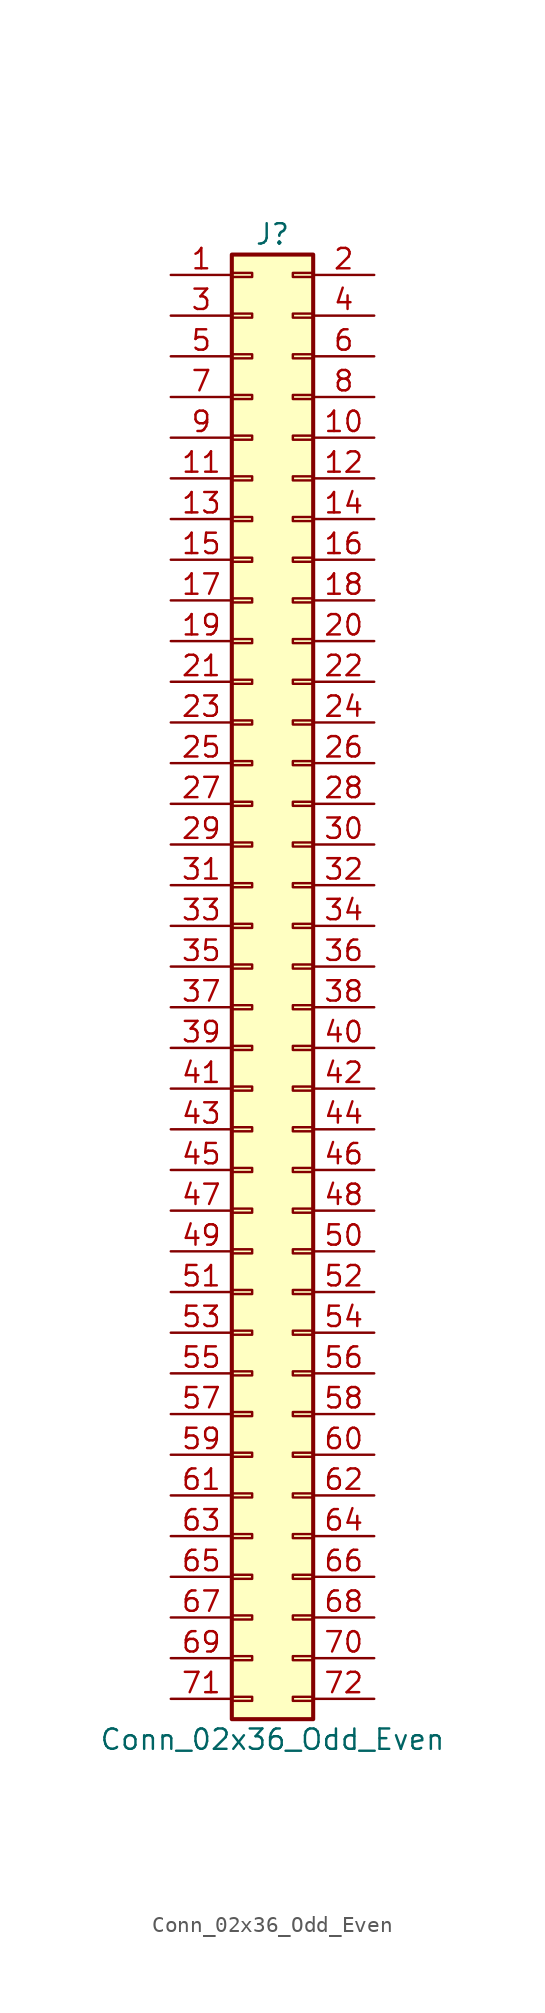
<source format=kicad_sym>
(kicad_symbol_lib
  (version 20201005)
  (generator kicad_symbol_editor)
  (symbol "Connector_Generic:Conn_02x36_Odd_Even"
    (pin_names
      (offset 1.016) hide)
    (property "Reference" "J"
      (at 1.27 45.72 0)
      (effects (font (size 1.27 1.27))))
    (property "Value" "Conn_02x36_Odd_Even"
      (at 1.27 -48.26 0)
      (effects (font (size 1.27 1.27))))
    (symbol "Conn_02x36_Odd_Even_1_1"
      (rectangle (start -1.27 -27.813) (end 0 -28.067) (stroke (width 0.152)) (fill (type none)))
      (rectangle (start -1.27 -30.353) (end 0 -30.607) (stroke (width 0.152)) (fill (type none)))
      (rectangle (start -1.27 -32.893) (end 0 -33.147) (stroke (width 0.152)) (fill (type none)))
      (rectangle (start -1.27 -35.433) (end 0 -35.687) (stroke (width 0.152)) (fill (type none)))
      (rectangle (start -1.27 -37.973) (end 0 -38.227) (stroke (width 0.152)) (fill (type none)))
      (rectangle (start -1.27 -40.513) (end 0 -40.767) (stroke (width 0.152)) (fill (type none)))
      (rectangle (start -1.27 -43.053) (end 0 -43.307) (stroke (width 0.152)) (fill (type none)))
      (rectangle (start -1.27 -45.593) (end 0 -45.847) (stroke (width 0.152)) (fill (type none)))
      (rectangle (start -1.27 -4.953) (end 0 -5.207) (stroke (width 0.152)) (fill (type none)))
      (rectangle (start -1.27 -7.493) (end 0 -7.747) (stroke (width 0.152)) (fill (type none)))
      (rectangle (start -1.27 -10.033) (end 0 -10.287) (stroke (width 0.152)) (fill (type none)))
      (rectangle (start -1.27 -12.573) (end 0 -12.827) (stroke (width 0.152)) (fill (type none)))
      (rectangle (start -1.27 -15.113) (end 0 -15.367) (stroke (width 0.152)) (fill (type none)))
      (rectangle (start -1.27 -17.653) (end 0 -17.907) (stroke (width 0.152)) (fill (type none)))
      (rectangle (start -1.27 -20.193) (end 0 -20.447) (stroke (width 0.152)) (fill (type none)))
      (rectangle (start -1.27 -22.733) (end 0 -22.987) (stroke (width 0.152)) (fill (type none)))
      (rectangle (start -1.27 -2.413) (end 0 -2.667) (stroke (width 0.152)) (fill (type none)))
      (rectangle (start -1.27 -25.273) (end 0 -25.527) (stroke (width 0.152)) (fill (type none)))
      (rectangle (start -1.27 25.527) (end 0 25.273) (stroke (width 0.152)) (fill (type none)))
      (rectangle (start -1.27 2.667) (end 0 2.413) (stroke (width 0.152)) (fill (type none)))
      (rectangle (start -1.27 28.067) (end 0 27.813) (stroke (width 0.152)) (fill (type none)))
      (rectangle (start -1.27 30.607) (end 0 30.353) (stroke (width 0.152)) (fill (type none)))
      (rectangle (start -1.27 33.147) (end 0 32.893) (stroke (width 0.152)) (fill (type none)))
      (rectangle (start -1.27 35.687) (end 0 35.433) (stroke (width 0.152)) (fill (type none)))
      (rectangle (start -1.27 38.227) (end 0 37.973) (stroke (width 0.152)) (fill (type none)))
      (rectangle (start -1.27 40.767) (end 0 40.513) (stroke (width 0.152)) (fill (type none)))
      (rectangle (start -1.27 43.307) (end 0 43.053) (stroke (width 0.152)) (fill (type none)))
      (rectangle (start -1.27 44.45) (end 3.81 -46.99) (stroke (width 0.254)) (fill (type background)))
      (rectangle (start -1.27 5.207) (end 0 4.953) (stroke (width 0.152)) (fill (type none)))
      (rectangle (start -1.27 7.747) (end 0 7.493) (stroke (width 0.152)) (fill (type none)))
      (rectangle (start -1.27 10.287) (end 0 10.033) (stroke (width 0.152)) (fill (type none)))
      (rectangle (start -1.27 0.127) (end 0 -0.127) (stroke (width 0.152)) (fill (type none)))
      (rectangle (start -1.27 12.827) (end 0 12.573) (stroke (width 0.152)) (fill (type none)))
      (rectangle (start -1.27 15.367) (end 0 15.113) (stroke (width 0.152)) (fill (type none)))
      (rectangle (start -1.27 17.907) (end 0 17.653) (stroke (width 0.152)) (fill (type none)))
      (rectangle (start -1.27 20.447) (end 0 20.193) (stroke (width 0.152)) (fill (type none)))
      (rectangle (start -1.27 22.987) (end 0 22.733) (stroke (width 0.152)) (fill (type none)))
      (rectangle (start 3.81 -27.813) (end 2.54 -28.067) (stroke (width 0.152)) (fill (type none)))
      (rectangle (start 3.81 -30.353) (end 2.54 -30.607) (stroke (width 0.152)) (fill (type none)))
      (rectangle (start 3.81 -32.893) (end 2.54 -33.147) (stroke (width 0.152)) (fill (type none)))
      (rectangle (start 3.81 -35.433) (end 2.54 -35.687) (stroke (width 0.152)) (fill (type none)))
      (rectangle (start 3.81 -37.973) (end 2.54 -38.227) (stroke (width 0.152)) (fill (type none)))
      (rectangle (start 3.81 -40.513) (end 2.54 -40.767) (stroke (width 0.152)) (fill (type none)))
      (rectangle (start 3.81 -43.053) (end 2.54 -43.307) (stroke (width 0.152)) (fill (type none)))
      (rectangle (start 3.81 -45.593) (end 2.54 -45.847) (stroke (width 0.152)) (fill (type none)))
      (rectangle (start 3.81 -4.953) (end 2.54 -5.207) (stroke (width 0.152)) (fill (type none)))
      (rectangle (start 3.81 -7.493) (end 2.54 -7.747) (stroke (width 0.152)) (fill (type none)))
      (rectangle (start 3.81 -10.033) (end 2.54 -10.287) (stroke (width 0.152)) (fill (type none)))
      (rectangle (start 3.81 -12.573) (end 2.54 -12.827) (stroke (width 0.152)) (fill (type none)))
      (rectangle (start 3.81 -15.113) (end 2.54 -15.367) (stroke (width 0.152)) (fill (type none)))
      (rectangle (start 3.81 -17.653) (end 2.54 -17.907) (stroke (width 0.152)) (fill (type none)))
      (rectangle (start 3.81 -20.193) (end 2.54 -20.447) (stroke (width 0.152)) (fill (type none)))
      (rectangle (start 3.81 -22.733) (end 2.54 -22.987) (stroke (width 0.152)) (fill (type none)))
      (rectangle (start 3.81 -2.413) (end 2.54 -2.667) (stroke (width 0.152)) (fill (type none)))
      (rectangle (start 3.81 -25.273) (end 2.54 -25.527) (stroke (width 0.152)) (fill (type none)))
      (rectangle (start 3.81 25.527) (end 2.54 25.273) (stroke (width 0.152)) (fill (type none)))
      (rectangle (start 3.81 2.667) (end 2.54 2.413) (stroke (width 0.152)) (fill (type none)))
      (rectangle (start 3.81 28.067) (end 2.54 27.813) (stroke (width 0.152)) (fill (type none)))
      (rectangle (start 3.81 30.607) (end 2.54 30.353) (stroke (width 0.152)) (fill (type none)))
      (rectangle (start 3.81 33.147) (end 2.54 32.893) (stroke (width 0.152)) (fill (type none)))
      (rectangle (start 3.81 35.687) (end 2.54 35.433) (stroke (width 0.152)) (fill (type none)))
      (rectangle (start 3.81 38.227) (end 2.54 37.973) (stroke (width 0.152)) (fill (type none)))
      (rectangle (start 3.81 40.767) (end 2.54 40.513) (stroke (width 0.152)) (fill (type none)))
      (rectangle (start 3.81 43.307) (end 2.54 43.053) (stroke (width 0.152)) (fill (type none)))
      (rectangle (start 3.81 5.207) (end 2.54 4.953) (stroke (width 0.152)) (fill (type none)))
      (rectangle (start 3.81 7.747) (end 2.54 7.493) (stroke (width 0.152)) (fill (type none)))
      (rectangle (start 3.81 10.287) (end 2.54 10.033) (stroke (width 0.152)) (fill (type none)))
      (rectangle (start 3.81 0.127) (end 2.54 -0.127) (stroke (width 0.152)) (fill (type none)))
      (rectangle (start 3.81 12.827) (end 2.54 12.573) (stroke (width 0.152)) (fill (type none)))
      (rectangle (start 3.81 15.367) (end 2.54 15.113) (stroke (width 0.152)) (fill (type none)))
      (rectangle (start 3.81 17.907) (end 2.54 17.653) (stroke (width 0.152)) (fill (type none)))
      (rectangle (start 3.81 20.447) (end 2.54 20.193) (stroke (width 0.152)) (fill (type none)))
      (rectangle (start 3.81 22.987) (end 2.54 22.733) (stroke (width 0.152)) (fill (type none)))
      (pin passive line (at -5.08 43.18 0) (length 3.81) (name "Pin_1" (effects (font (size 1.27 1.27)))) (number "1" (effects (font (size 1.27 1.27)))))
      (pin passive line (at 7.62 33.02 180) (length 3.81) (name "Pin_10" (effects (font (size 1.27 1.27)))) (number "10" (effects (font (size 1.27 1.27)))))
      (pin passive line (at -5.08 30.48 0) (length 3.81) (name "Pin_11" (effects (font (size 1.27 1.27)))) (number "11" (effects (font (size 1.27 1.27)))))
      (pin passive line (at 7.62 30.48 180) (length 3.81) (name "Pin_12" (effects (font (size 1.27 1.27)))) (number "12" (effects (font (size 1.27 1.27)))))
      (pin passive line (at -5.08 27.94 0) (length 3.81) (name "Pin_13" (effects (font (size 1.27 1.27)))) (number "13" (effects (font (size 1.27 1.27)))))
      (pin passive line (at 7.62 27.94 180) (length 3.81) (name "Pin_14" (effects (font (size 1.27 1.27)))) (number "14" (effects (font (size 1.27 1.27)))))
      (pin passive line (at -5.08 25.4 0) (length 3.81) (name "Pin_15" (effects (font (size 1.27 1.27)))) (number "15" (effects (font (size 1.27 1.27)))))
      (pin passive line (at 7.62 25.4 180) (length 3.81) (name "Pin_16" (effects (font (size 1.27 1.27)))) (number "16" (effects (font (size 1.27 1.27)))))
      (pin passive line (at -5.08 22.86 0) (length 3.81) (name "Pin_17" (effects (font (size 1.27 1.27)))) (number "17" (effects (font (size 1.27 1.27)))))
      (pin passive line (at 7.62 22.86 180) (length 3.81) (name "Pin_18" (effects (font (size 1.27 1.27)))) (number "18" (effects (font (size 1.27 1.27)))))
      (pin passive line (at -5.08 20.32 0) (length 3.81) (name "Pin_19" (effects (font (size 1.27 1.27)))) (number "19" (effects (font (size 1.27 1.27)))))
      (pin passive line (at 7.62 43.18 180) (length 3.81) (name "Pin_2" (effects (font (size 1.27 1.27)))) (number "2" (effects (font (size 1.27 1.27)))))
      (pin passive line (at 7.62 20.32 180) (length 3.81) (name "Pin_20" (effects (font (size 1.27 1.27)))) (number "20" (effects (font (size 1.27 1.27)))))
      (pin passive line (at -5.08 17.78 0) (length 3.81) (name "Pin_21" (effects (font (size 1.27 1.27)))) (number "21" (effects (font (size 1.27 1.27)))))
      (pin passive line (at 7.62 17.78 180) (length 3.81) (name "Pin_22" (effects (font (size 1.27 1.27)))) (number "22" (effects (font (size 1.27 1.27)))))
      (pin passive line (at -5.08 15.24 0) (length 3.81) (name "Pin_23" (effects (font (size 1.27 1.27)))) (number "23" (effects (font (size 1.27 1.27)))))
      (pin passive line (at 7.62 15.24 180) (length 3.81) (name "Pin_24" (effects (font (size 1.27 1.27)))) (number "24" (effects (font (size 1.27 1.27)))))
      (pin passive line (at -5.08 12.7 0) (length 3.81) (name "Pin_25" (effects (font (size 1.27 1.27)))) (number "25" (effects (font (size 1.27 1.27)))))
      (pin passive line (at 7.62 12.7 180) (length 3.81) (name "Pin_26" (effects (font (size 1.27 1.27)))) (number "26" (effects (font (size 1.27 1.27)))))
      (pin passive line (at -5.08 10.16 0) (length 3.81) (name "Pin_27" (effects (font (size 1.27 1.27)))) (number "27" (effects (font (size 1.27 1.27)))))
      (pin passive line (at 7.62 10.16 180) (length 3.81) (name "Pin_28" (effects (font (size 1.27 1.27)))) (number "28" (effects (font (size 1.27 1.27)))))
      (pin passive line (at -5.08 7.62 0) (length 3.81) (name "Pin_29" (effects (font (size 1.27 1.27)))) (number "29" (effects (font (size 1.27 1.27)))))
      (pin passive line (at -5.08 40.64 0) (length 3.81) (name "Pin_3" (effects (font (size 1.27 1.27)))) (number "3" (effects (font (size 1.27 1.27)))))
      (pin passive line (at 7.62 7.62 180) (length 3.81) (name "Pin_30" (effects (font (size 1.27 1.27)))) (number "30" (effects (font (size 1.27 1.27)))))
      (pin passive line (at -5.08 5.08 0) (length 3.81) (name "Pin_31" (effects (font (size 1.27 1.27)))) (number "31" (effects (font (size 1.27 1.27)))))
      (pin passive line (at 7.62 5.08 180) (length 3.81) (name "Pin_32" (effects (font (size 1.27 1.27)))) (number "32" (effects (font (size 1.27 1.27)))))
      (pin passive line (at -5.08 2.54 0) (length 3.81) (name "Pin_33" (effects (font (size 1.27 1.27)))) (number "33" (effects (font (size 1.27 1.27)))))
      (pin passive line (at 7.62 2.54 180) (length 3.81) (name "Pin_34" (effects (font (size 1.27 1.27)))) (number "34" (effects (font (size 1.27 1.27)))))
      (pin passive line (at -5.08 0 0) (length 3.81) (name "Pin_35" (effects (font (size 1.27 1.27)))) (number "35" (effects (font (size 1.27 1.27)))))
      (pin passive line (at 7.62 0 180) (length 3.81) (name "Pin_36" (effects (font (size 1.27 1.27)))) (number "36" (effects (font (size 1.27 1.27)))))
      (pin passive line (at -5.08 -2.54 0) (length 3.81) (name "Pin_37" (effects (font (size 1.27 1.27)))) (number "37" (effects (font (size 1.27 1.27)))))
      (pin passive line (at 7.62 -2.54 180) (length 3.81) (name "Pin_38" (effects (font (size 1.27 1.27)))) (number "38" (effects (font (size 1.27 1.27)))))
      (pin passive line (at -5.08 -5.08 0) (length 3.81) (name "Pin_39" (effects (font (size 1.27 1.27)))) (number "39" (effects (font (size 1.27 1.27)))))
      (pin passive line (at 7.62 40.64 180) (length 3.81) (name "Pin_4" (effects (font (size 1.27 1.27)))) (number "4" (effects (font (size 1.27 1.27)))))
      (pin passive line (at 7.62 -5.08 180) (length 3.81) (name "Pin_40" (effects (font (size 1.27 1.27)))) (number "40" (effects (font (size 1.27 1.27)))))
      (pin passive line (at -5.08 -7.62 0) (length 3.81) (name "Pin_41" (effects (font (size 1.27 1.27)))) (number "41" (effects (font (size 1.27 1.27)))))
      (pin passive line (at 7.62 -7.62 180) (length 3.81) (name "Pin_42" (effects (font (size 1.27 1.27)))) (number "42" (effects (font (size 1.27 1.27)))))
      (pin passive line (at -5.08 -10.16 0) (length 3.81) (name "Pin_43" (effects (font (size 1.27 1.27)))) (number "43" (effects (font (size 1.27 1.27)))))
      (pin passive line (at 7.62 -10.16 180) (length 3.81) (name "Pin_44" (effects (font (size 1.27 1.27)))) (number "44" (effects (font (size 1.27 1.27)))))
      (pin passive line (at -5.08 -12.7 0) (length 3.81) (name "Pin_45" (effects (font (size 1.27 1.27)))) (number "45" (effects (font (size 1.27 1.27)))))
      (pin passive line (at 7.62 -12.7 180) (length 3.81) (name "Pin_46" (effects (font (size 1.27 1.27)))) (number "46" (effects (font (size 1.27 1.27)))))
      (pin passive line (at -5.08 -15.24 0) (length 3.81) (name "Pin_47" (effects (font (size 1.27 1.27)))) (number "47" (effects (font (size 1.27 1.27)))))
      (pin passive line (at 7.62 -15.24 180) (length 3.81) (name "Pin_48" (effects (font (size 1.27 1.27)))) (number "48" (effects (font (size 1.27 1.27)))))
      (pin passive line (at -5.08 -17.78 0) (length 3.81) (name "Pin_49" (effects (font (size 1.27 1.27)))) (number "49" (effects (font (size 1.27 1.27)))))
      (pin passive line (at -5.08 38.1 0) (length 3.81) (name "Pin_5" (effects (font (size 1.27 1.27)))) (number "5" (effects (font (size 1.27 1.27)))))
      (pin passive line (at 7.62 -17.78 180) (length 3.81) (name "Pin_50" (effects (font (size 1.27 1.27)))) (number "50" (effects (font (size 1.27 1.27)))))
      (pin passive line (at -5.08 -20.32 0) (length 3.81) (name "Pin_51" (effects (font (size 1.27 1.27)))) (number "51" (effects (font (size 1.27 1.27)))))
      (pin passive line (at 7.62 -20.32 180) (length 3.81) (name "Pin_52" (effects (font (size 1.27 1.27)))) (number "52" (effects (font (size 1.27 1.27)))))
      (pin passive line (at -5.08 -22.86 0) (length 3.81) (name "Pin_53" (effects (font (size 1.27 1.27)))) (number "53" (effects (font (size 1.27 1.27)))))
      (pin passive line (at 7.62 -22.86 180) (length 3.81) (name "Pin_54" (effects (font (size 1.27 1.27)))) (number "54" (effects (font (size 1.27 1.27)))))
      (pin passive line (at -5.08 -25.4 0) (length 3.81) (name "Pin_55" (effects (font (size 1.27 1.27)))) (number "55" (effects (font (size 1.27 1.27)))))
      (pin passive line (at 7.62 -25.4 180) (length 3.81) (name "Pin_56" (effects (font (size 1.27 1.27)))) (number "56" (effects (font (size 1.27 1.27)))))
      (pin passive line (at -5.08 -27.94 0) (length 3.81) (name "Pin_57" (effects (font (size 1.27 1.27)))) (number "57" (effects (font (size 1.27 1.27)))))
      (pin passive line (at 7.62 -27.94 180) (length 3.81) (name "Pin_58" (effects (font (size 1.27 1.27)))) (number "58" (effects (font (size 1.27 1.27)))))
      (pin passive line (at -5.08 -30.48 0) (length 3.81) (name "Pin_59" (effects (font (size 1.27 1.27)))) (number "59" (effects (font (size 1.27 1.27)))))
      (pin passive line (at 7.62 38.1 180) (length 3.81) (name "Pin_6" (effects (font (size 1.27 1.27)))) (number "6" (effects (font (size 1.27 1.27)))))
      (pin passive line (at 7.62 -30.48 180) (length 3.81) (name "Pin_60" (effects (font (size 1.27 1.27)))) (number "60" (effects (font (size 1.27 1.27)))))
      (pin passive line (at -5.08 -33.02 0) (length 3.81) (name "Pin_61" (effects (font (size 1.27 1.27)))) (number "61" (effects (font (size 1.27 1.27)))))
      (pin passive line (at 7.62 -33.02 180) (length 3.81) (name "Pin_62" (effects (font (size 1.27 1.27)))) (number "62" (effects (font (size 1.27 1.27)))))
      (pin passive line (at -5.08 -35.56 0) (length 3.81) (name "Pin_63" (effects (font (size 1.27 1.27)))) (number "63" (effects (font (size 1.27 1.27)))))
      (pin passive line (at 7.62 -35.56 180) (length 3.81) (name "Pin_64" (effects (font (size 1.27 1.27)))) (number "64" (effects (font (size 1.27 1.27)))))
      (pin passive line (at -5.08 -38.1 0) (length 3.81) (name "Pin_65" (effects (font (size 1.27 1.27)))) (number "65" (effects (font (size 1.27 1.27)))))
      (pin passive line (at 7.62 -38.1 180) (length 3.81) (name "Pin_66" (effects (font (size 1.27 1.27)))) (number "66" (effects (font (size 1.27 1.27)))))
      (pin passive line (at -5.08 -40.64 0) (length 3.81) (name "Pin_67" (effects (font (size 1.27 1.27)))) (number "67" (effects (font (size 1.27 1.27)))))
      (pin passive line (at 7.62 -40.64 180) (length 3.81) (name "Pin_68" (effects (font (size 1.27 1.27)))) (number "68" (effects (font (size 1.27 1.27)))))
      (pin passive line (at -5.08 -43.18 0) (length 3.81) (name "Pin_69" (effects (font (size 1.27 1.27)))) (number "69" (effects (font (size 1.27 1.27)))))
      (pin passive line (at -5.08 35.56 0) (length 3.81) (name "Pin_7" (effects (font (size 1.27 1.27)))) (number "7" (effects (font (size 1.27 1.27)))))
      (pin passive line (at 7.62 -43.18 180) (length 3.81) (name "Pin_70" (effects (font (size 1.27 1.27)))) (number "70" (effects (font (size 1.27 1.27)))))
      (pin passive line (at -5.08 -45.72 0) (length 3.81) (name "Pin_71" (effects (font (size 1.27 1.27)))) (number "71" (effects (font (size 1.27 1.27)))))
      (pin passive line (at 7.62 -45.72 180) (length 3.81) (name "Pin_72" (effects (font (size 1.27 1.27)))) (number "72" (effects (font (size 1.27 1.27)))))
      (pin passive line (at 7.62 35.56 180) (length 3.81) (name "Pin_8" (effects (font (size 1.27 1.27)))) (number "8" (effects (font (size 1.27 1.27)))))
      (pin passive line (at -5.08 33.02 0) (length 3.81) (name "Pin_9" (effects (font (size 1.27 1.27)))) (number "9" (effects (font (size 1.27 1.27))))))))
</source>
